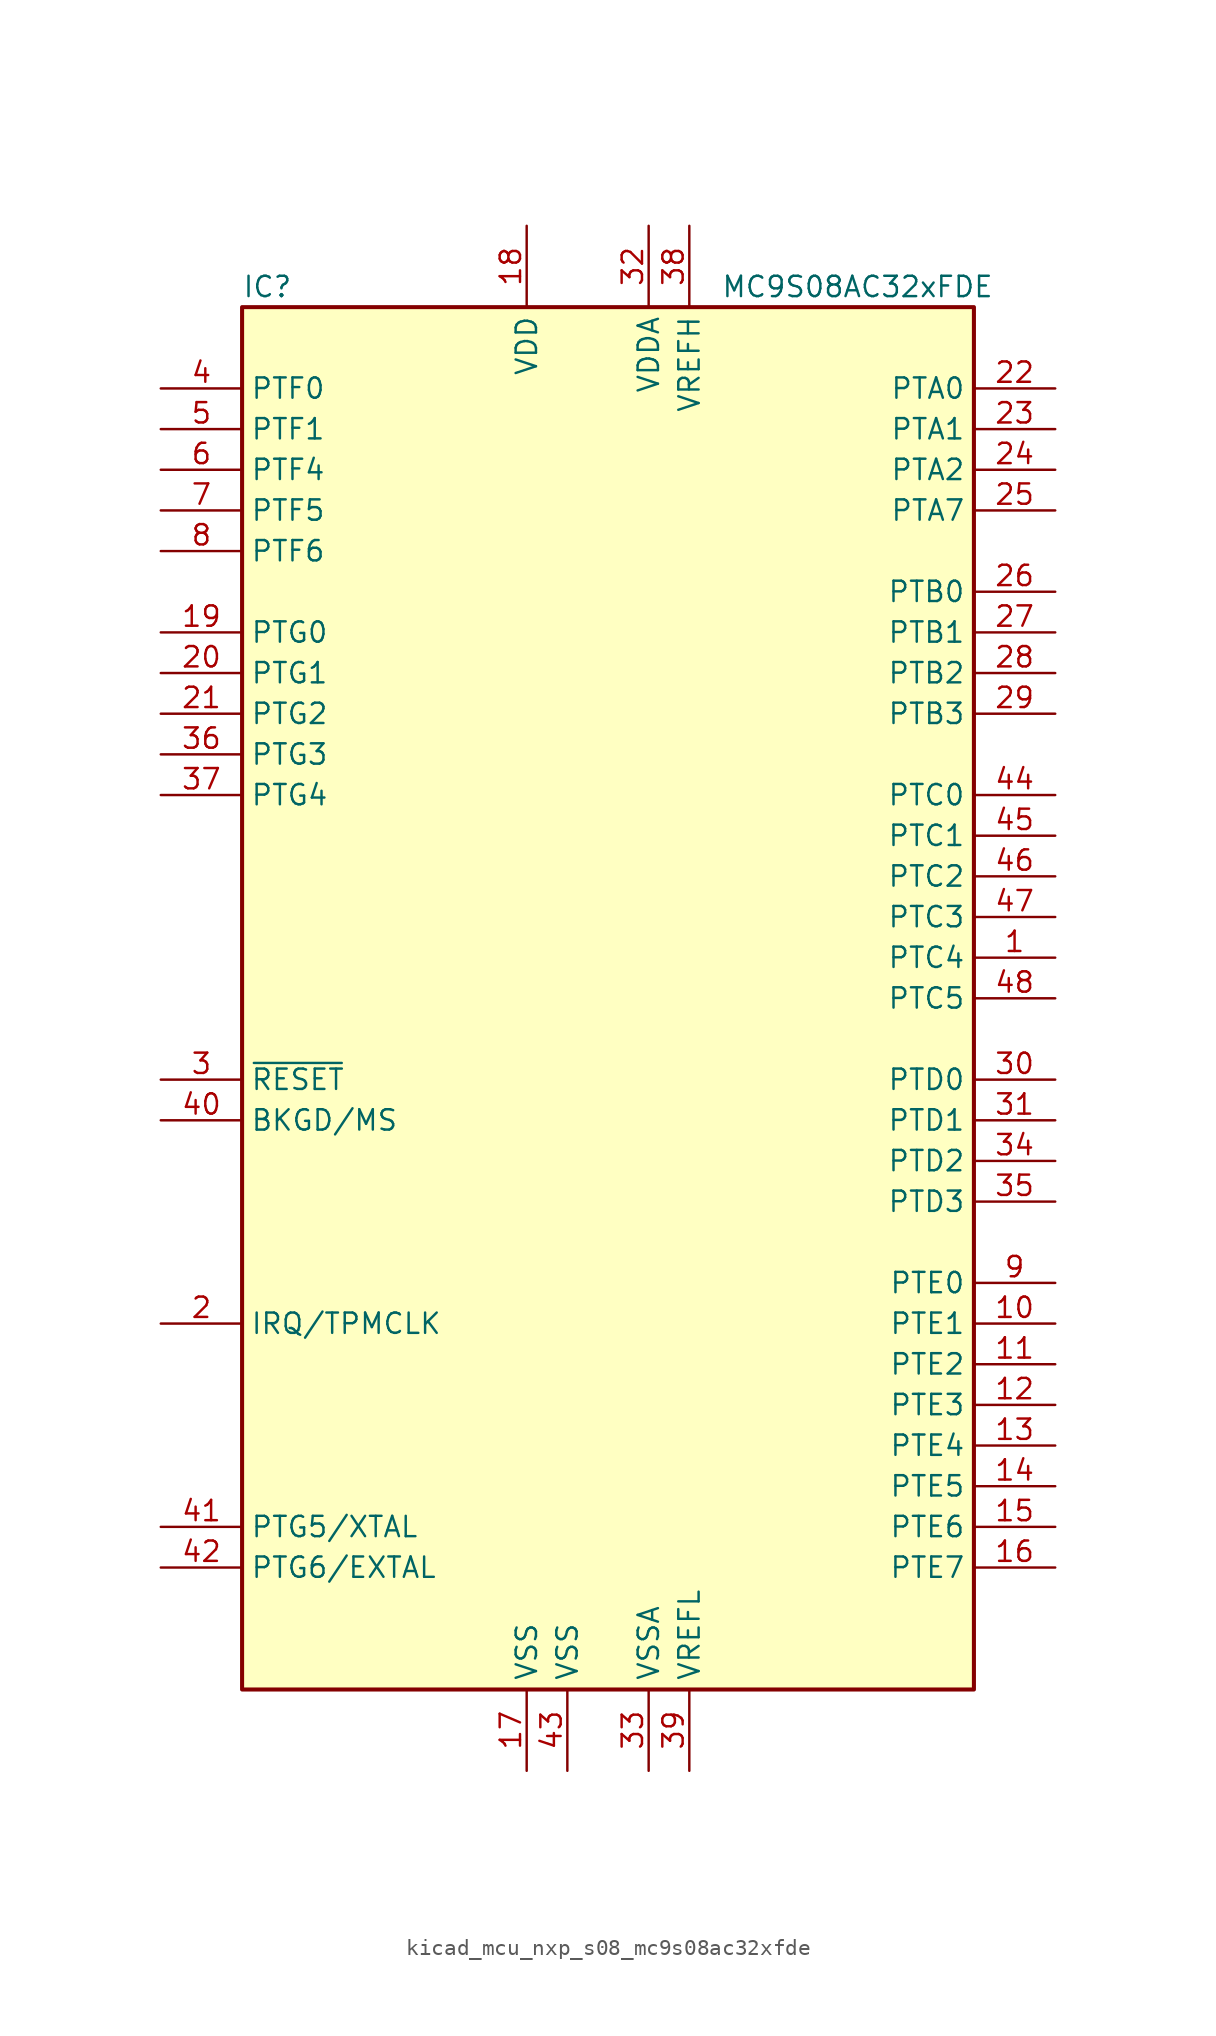
<source format=kicad_sym>
(kicad_symbol_lib
  (version 20220914)
  (generator kicad_symbol_editor)
  (symbol "kicad_mcu_nxp_s08_mc9s08ac32xfde"
    (property "Reference" "IC"
      (at -22.86 44.45 0)
      (effects (font (size 1.27 1.27)) (justify left)))
    (property "Value" "MC9S08AC32xFDE"
      (at 24.13 44.45 0)
      (effects (font (size 1.27 1.27)) (justify right)))
    (symbol "kicad_mcu_nxp_s08_mc9s08ac32xfde_0_1"
      (rectangle (start -22.86 43.18) (end 22.86 -43.18) (stroke (width 0.254) (type default)) (fill (type background))))
    (symbol "kicad_mcu_nxp_s08_mc9s08ac32xfde_1_1"
      (pin bidirectional line (at 27.94 2.54 180) (length 5.08) (name "PTC4" (effects (font (size 1.27 1.27)))) (number "1" (effects (font (size 1.27 1.27)))))
      (pin bidirectional line (at 27.94 -20.32 180) (length 5.08) (name "PTE1" (effects (font (size 1.27 1.27)))) (number "10" (effects (font (size 1.27 1.27)))))
      (pin bidirectional line (at 27.94 -22.86 180) (length 5.08) (name "PTE2" (effects (font (size 1.27 1.27)))) (number "11" (effects (font (size 1.27 1.27)))))
      (pin bidirectional line (at 27.94 -25.4 180) (length 5.08) (name "PTE3" (effects (font (size 1.27 1.27)))) (number "12" (effects (font (size 1.27 1.27)))))
      (pin bidirectional line (at 27.94 -27.94 180) (length 5.08) (name "PTE4" (effects (font (size 1.27 1.27)))) (number "13" (effects (font (size 1.27 1.27)))))
      (pin bidirectional line (at 27.94 -30.48 180) (length 5.08) (name "PTE5" (effects (font (size 1.27 1.27)))) (number "14" (effects (font (size 1.27 1.27)))))
      (pin bidirectional line (at 27.94 -33.02 180) (length 5.08) (name "PTE6" (effects (font (size 1.27 1.27)))) (number "15" (effects (font (size 1.27 1.27)))))
      (pin bidirectional line (at 27.94 -35.56 180) (length 5.08) (name "PTE7" (effects (font (size 1.27 1.27)))) (number "16" (effects (font (size 1.27 1.27)))))
      (pin power_in line (at -5.08 -48.26 90) (length 5.08) (name "VSS" (effects (font (size 1.27 1.27)))) (number "17" (effects (font (size 1.27 1.27)))))
      (pin power_in line (at -5.08 48.26 270) (length 5.08) (name "VDD" (effects (font (size 1.27 1.27)))) (number "18" (effects (font (size 1.27 1.27)))))
      (pin bidirectional line (at -27.94 22.86 0) (length 5.08) (name "PTG0" (effects (font (size 1.27 1.27)))) (number "19" (effects (font (size 1.27 1.27)))))
      (pin input line (at -27.94 -20.32 0) (length 5.08) (name "IRQ/TPMCLK" (effects (font (size 1.27 1.27)))) (number "2" (effects (font (size 1.27 1.27)))))
      (pin bidirectional line (at -27.94 20.32 0) (length 5.08) (name "PTG1" (effects (font (size 1.27 1.27)))) (number "20" (effects (font (size 1.27 1.27)))))
      (pin bidirectional line (at -27.94 17.78 0) (length 5.08) (name "PTG2" (effects (font (size 1.27 1.27)))) (number "21" (effects (font (size 1.27 1.27)))))
      (pin bidirectional line (at 27.94 38.1 180) (length 5.08) (name "PTA0" (effects (font (size 1.27 1.27)))) (number "22" (effects (font (size 1.27 1.27)))))
      (pin bidirectional line (at 27.94 35.56 180) (length 5.08) (name "PTA1" (effects (font (size 1.27 1.27)))) (number "23" (effects (font (size 1.27 1.27)))))
      (pin bidirectional line (at 27.94 33.02 180) (length 5.08) (name "PTA2" (effects (font (size 1.27 1.27)))) (number "24" (effects (font (size 1.27 1.27)))))
      (pin bidirectional line (at 27.94 30.48 180) (length 5.08) (name "PTA7" (effects (font (size 1.27 1.27)))) (number "25" (effects (font (size 1.27 1.27)))))
      (pin bidirectional line (at 27.94 25.4 180) (length 5.08) (name "PTB0" (effects (font (size 1.27 1.27)))) (number "26" (effects (font (size 1.27 1.27)))))
      (pin bidirectional line (at 27.94 22.86 180) (length 5.08) (name "PTB1" (effects (font (size 1.27 1.27)))) (number "27" (effects (font (size 1.27 1.27)))))
      (pin bidirectional line (at 27.94 20.32 180) (length 5.08) (name "PTB2" (effects (font (size 1.27 1.27)))) (number "28" (effects (font (size 1.27 1.27)))))
      (pin bidirectional line (at 27.94 17.78 180) (length 5.08) (name "PTB3" (effects (font (size 1.27 1.27)))) (number "29" (effects (font (size 1.27 1.27)))))
      (pin input line (at -27.94 -5.08 0) (length 5.08) (name "~{RESET}" (effects (font (size 1.27 1.27)))) (number "3" (effects (font (size 1.27 1.27)))))
      (pin bidirectional line (at 27.94 -5.08 180) (length 5.08) (name "PTD0" (effects (font (size 1.27 1.27)))) (number "30" (effects (font (size 1.27 1.27)))))
      (pin bidirectional line (at 27.94 -7.62 180) (length 5.08) (name "PTD1" (effects (font (size 1.27 1.27)))) (number "31" (effects (font (size 1.27 1.27)))))
      (pin power_in line (at 2.54 48.26 270) (length 5.08) (name "VDDA" (effects (font (size 1.27 1.27)))) (number "32" (effects (font (size 1.27 1.27)))))
      (pin power_in line (at 2.54 -48.26 90) (length 5.08) (name "VSSA" (effects (font (size 1.27 1.27)))) (number "33" (effects (font (size 1.27 1.27)))))
      (pin bidirectional line (at 27.94 -10.16 180) (length 5.08) (name "PTD2" (effects (font (size 1.27 1.27)))) (number "34" (effects (font (size 1.27 1.27)))))
      (pin bidirectional line (at 27.94 -12.7 180) (length 5.08) (name "PTD3" (effects (font (size 1.27 1.27)))) (number "35" (effects (font (size 1.27 1.27)))))
      (pin bidirectional line (at -27.94 15.24 0) (length 5.08) (name "PTG3" (effects (font (size 1.27 1.27)))) (number "36" (effects (font (size 1.27 1.27)))))
      (pin bidirectional line (at -27.94 12.7 0) (length 5.08) (name "PTG4" (effects (font (size 1.27 1.27)))) (number "37" (effects (font (size 1.27 1.27)))))
      (pin power_in line (at 5.08 48.26 270) (length 5.08) (name "VREFH" (effects (font (size 1.27 1.27)))) (number "38" (effects (font (size 1.27 1.27)))))
      (pin power_in line (at 5.08 -48.26 90) (length 5.08) (name "VREFL" (effects (font (size 1.27 1.27)))) (number "39" (effects (font (size 1.27 1.27)))))
      (pin bidirectional line (at -27.94 38.1 0) (length 5.08) (name "PTF0" (effects (font (size 1.27 1.27)))) (number "4" (effects (font (size 1.27 1.27)))))
      (pin bidirectional line (at -27.94 -7.62 0) (length 5.08) (name "BKGD/MS" (effects (font (size 1.27 1.27)))) (number "40" (effects (font (size 1.27 1.27)))))
      (pin bidirectional line (at -27.94 -33.02 0) (length 5.08) (name "PTG5/XTAL" (effects (font (size 1.27 1.27)))) (number "41" (effects (font (size 1.27 1.27)))))
      (pin bidirectional line (at -27.94 -35.56 0) (length 5.08) (name "PTG6/EXTAL" (effects (font (size 1.27 1.27)))) (number "42" (effects (font (size 1.27 1.27)))))
      (pin power_in line (at -2.54 -48.26 90) (length 5.08) (name "VSS" (effects (font (size 1.27 1.27)))) (number "43" (effects (font (size 1.27 1.27)))))
      (pin bidirectional line (at 27.94 12.7 180) (length 5.08) (name "PTC0" (effects (font (size 1.27 1.27)))) (number "44" (effects (font (size 1.27 1.27)))))
      (pin bidirectional line (at 27.94 10.16 180) (length 5.08) (name "PTC1" (effects (font (size 1.27 1.27)))) (number "45" (effects (font (size 1.27 1.27)))))
      (pin bidirectional line (at 27.94 7.62 180) (length 5.08) (name "PTC2" (effects (font (size 1.27 1.27)))) (number "46" (effects (font (size 1.27 1.27)))))
      (pin bidirectional line (at 27.94 5.08 180) (length 5.08) (name "PTC3" (effects (font (size 1.27 1.27)))) (number "47" (effects (font (size 1.27 1.27)))))
      (pin bidirectional line (at 27.94 0 180) (length 5.08) (name "PTC5" (effects (font (size 1.27 1.27)))) (number "48" (effects (font (size 1.27 1.27)))))
      (pin bidirectional line (at -27.94 35.56 0) (length 5.08) (name "PTF1" (effects (font (size 1.27 1.27)))) (number "5" (effects (font (size 1.27 1.27)))))
      (pin bidirectional line (at -27.94 33.02 0) (length 5.08) (name "PTF4" (effects (font (size 1.27 1.27)))) (number "6" (effects (font (size 1.27 1.27)))))
      (pin bidirectional line (at -27.94 30.48 0) (length 5.08) (name "PTF5" (effects (font (size 1.27 1.27)))) (number "7" (effects (font (size 1.27 1.27)))))
      (pin bidirectional line (at -27.94 27.94 0) (length 5.08) (name "PTF6" (effects (font (size 1.27 1.27)))) (number "8" (effects (font (size 1.27 1.27)))))
      (pin bidirectional line (at 27.94 -17.78 180) (length 5.08) (name "PTE0" (effects (font (size 1.27 1.27)))) (number "9" (effects (font (size 1.27 1.27))))))))
</source>
